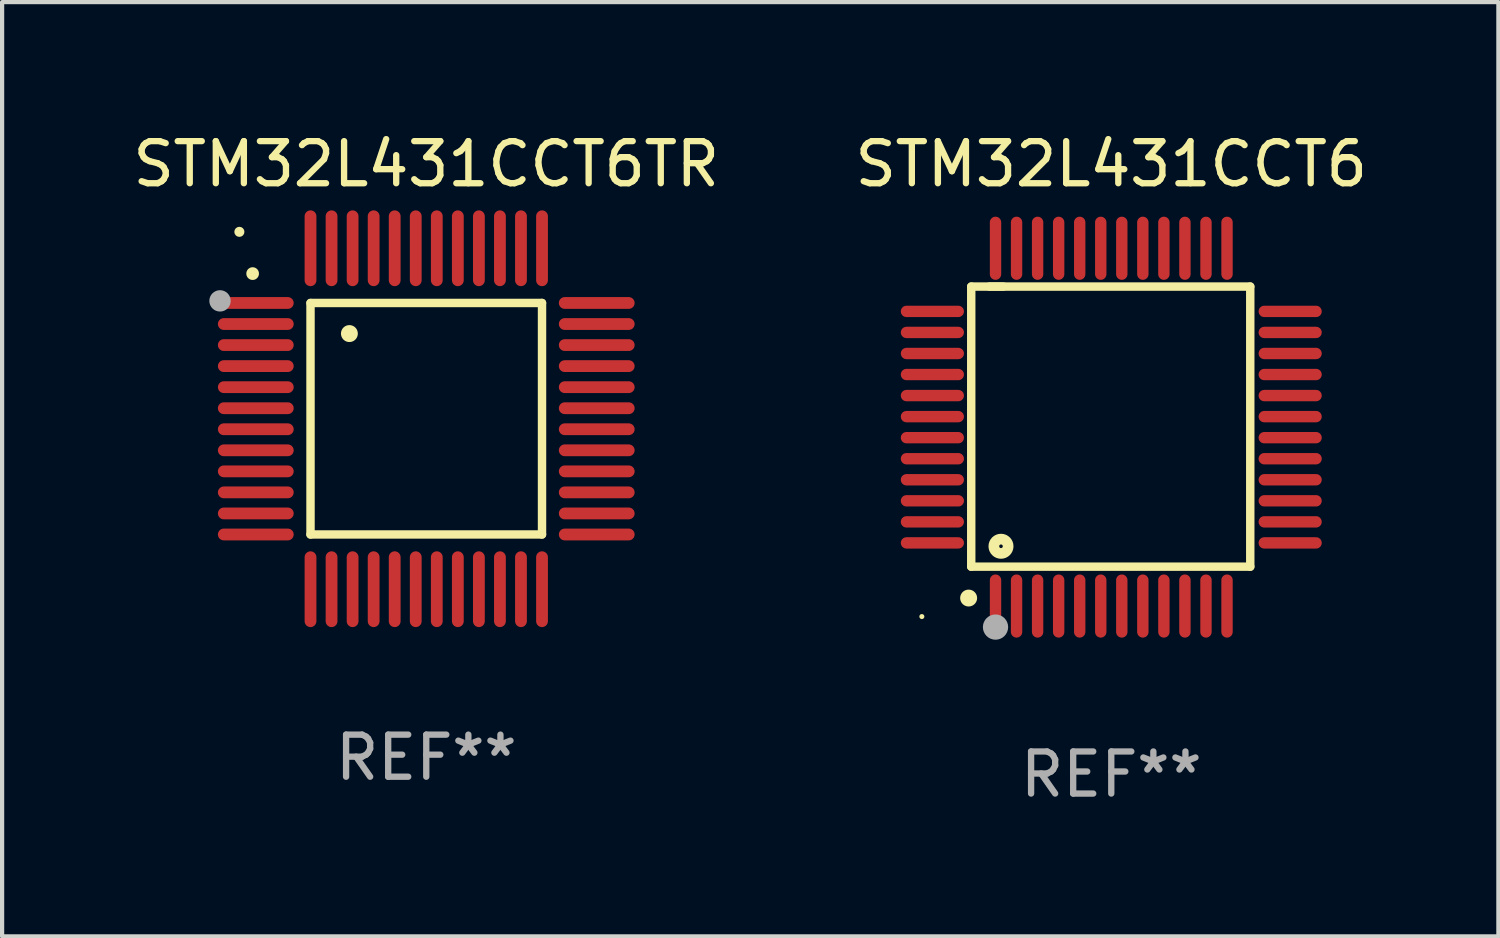
<source format=kicad_pcb>
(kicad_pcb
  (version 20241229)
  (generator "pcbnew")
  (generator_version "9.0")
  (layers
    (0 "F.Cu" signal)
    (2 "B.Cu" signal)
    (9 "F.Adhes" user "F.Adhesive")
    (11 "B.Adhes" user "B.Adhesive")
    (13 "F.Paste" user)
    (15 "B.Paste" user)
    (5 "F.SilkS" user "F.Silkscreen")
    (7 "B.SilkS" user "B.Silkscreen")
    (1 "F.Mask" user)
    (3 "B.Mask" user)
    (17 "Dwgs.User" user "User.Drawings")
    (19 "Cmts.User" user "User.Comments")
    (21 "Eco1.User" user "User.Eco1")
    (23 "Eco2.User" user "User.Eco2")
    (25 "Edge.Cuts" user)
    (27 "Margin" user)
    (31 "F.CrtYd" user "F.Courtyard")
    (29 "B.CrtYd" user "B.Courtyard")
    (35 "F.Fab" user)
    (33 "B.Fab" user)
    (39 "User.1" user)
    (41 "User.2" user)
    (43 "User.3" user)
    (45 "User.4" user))
  (footprint "STM32L431CCT6TR"
    (layer "F.Cu")
    (at 7.077 6.898)
    (property "Reference" "STM32L431CCT6TR" (at 0 -6.05 0) (layer "F.SilkS") (effects (font (size 1 1) (thickness 0.15))))
    (attr through_hole)
    (fp_line (start -2.75 -2.75) (end 2.75 -2.75) (stroke (width 0.2) (type solid)) (layer "F.SilkS"))
    (fp_line (start -2.75 2.75) (end -2.75 -2.75) (stroke (width 0.2) (type solid)) (layer "F.SilkS"))
    (fp_line (start 2.75 -2.75) (end 2.75 2.75) (stroke (width 0.2) (type solid)) (layer "F.SilkS"))
    (fp_line (start 2.75 2.75) (end -2.75 2.75) (stroke (width 0.2) (type solid)) (layer "F.SilkS"))
    (fp_arc (start -4.124968 -3.446787) (mid -4.124973 -3.448057) (end -4.124968 -3.449327) (stroke (width 0.3) (type solid)) (layer "F.SilkS"))
    (fp_arc (start -1.826264 -2.021844) (mid -1.826268 -2.023114) (end -1.826264 -2.024384) (stroke (width 0.4) (type solid)) (layer "F.SilkS"))
    (fp_circle (center -4.44 -4.44) (end -4.38 -4.44) (stroke (width 0.12) (type solid)) (fill no) (layer "F.SilkS"))
    (fp_circle (center -4.9 -2.8) (end -4.773 -2.8) (stroke (width 0.254) (type solid)) (fill no) (layer "F.Fab"))
    (fp_text user "REF**" (at 0 8.05 0) (layer "F.Fab") (effects (font (size 1 1) (thickness 0.15))))
    (pad "1" smd oval (at -4.05 -2.75 90) (size 0.28 1.8) (layers "F.Cu" "F.Mask" "F.Paste"))
    (pad "2" smd oval (at -4.05 -2.25 90) (size 0.28 1.8) (layers "F.Cu" "F.Mask" "F.Paste"))
    (pad "3" smd oval (at -4.05 -1.75 90) (size 0.28 1.8) (layers "F.Cu" "F.Mask" "F.Paste"))
    (pad "4" smd oval (at -4.05 -1.25 90) (size 0.28 1.8) (layers "F.Cu" "F.Mask" "F.Paste"))
    (pad "5" smd oval (at -4.05 -0.75 90) (size 0.28 1.8) (layers "F.Cu" "F.Mask" "F.Paste"))
    (pad "6" smd oval (at -4.05 -0.25 90) (size 0.28 1.8) (layers "F.Cu" "F.Mask" "F.Paste"))
    (pad "7" smd oval (at -4.05 0.25 90) (size 0.28 1.8) (layers "F.Cu" "F.Mask" "F.Paste"))
    (pad "8" smd oval (at -4.05 0.75 90) (size 0.28 1.8) (layers "F.Cu" "F.Mask" "F.Paste"))
    (pad "9" smd oval (at -4.05 1.25 90) (size 0.28 1.8) (layers "F.Cu" "F.Mask" "F.Paste"))
    (pad "10" smd oval (at -4.05 1.75 90) (size 0.28 1.8) (layers "F.Cu" "F.Mask" "F.Paste"))
    (pad "11" smd oval (at -4.05 2.25 90) (size 0.28 1.8) (layers "F.Cu" "F.Mask" "F.Paste"))
    (pad "12" smd oval (at -4.05 2.75 90) (size 0.28 1.8) (layers "F.Cu" "F.Mask" "F.Paste"))
    (pad "13" smd oval (at -2.75 4.05) (size 0.28 1.8) (layers "F.Cu" "F.Mask" "F.Paste"))
    (pad "14" smd oval (at -2.25 4.05) (size 0.28 1.8) (layers "F.Cu" "F.Mask" "F.Paste"))
    (pad "15" smd oval (at -1.75 4.05) (size 0.28 1.8) (layers "F.Cu" "F.Mask" "F.Paste"))
    (pad "16" smd oval (at -1.25 4.05) (size 0.28 1.8) (layers "F.Cu" "F.Mask" "F.Paste"))
    (pad "17" smd oval (at -0.75 4.05) (size 0.28 1.8) (layers "F.Cu" "F.Mask" "F.Paste"))
    (pad "18" smd oval (at -0.25 4.05) (size 0.28 1.8) (layers "F.Cu" "F.Mask" "F.Paste"))
    (pad "19" smd oval (at 0.25 4.05) (size 0.28 1.8) (layers "F.Cu" "F.Mask" "F.Paste"))
    (pad "20" smd oval (at 0.75 4.05) (size 0.28 1.8) (layers "F.Cu" "F.Mask" "F.Paste"))
    (pad "21" smd oval (at 1.25 4.05) (size 0.28 1.8) (layers "F.Cu" "F.Mask" "F.Paste"))
    (pad "22" smd oval (at 1.75 4.05) (size 0.28 1.8) (layers "F.Cu" "F.Mask" "F.Paste"))
    (pad "23" smd oval (at 2.25 4.05) (size 0.28 1.8) (layers "F.Cu" "F.Mask" "F.Paste"))
    (pad "24" smd oval (at 2.75 4.05) (size 0.28 1.8) (layers "F.Cu" "F.Mask" "F.Paste"))
    (pad "25" smd oval (at 4.05 2.75 90) (size 0.28 1.8) (layers "F.Cu" "F.Mask" "F.Paste"))
    (pad "26" smd oval (at 4.05 2.25 90) (size 0.28 1.8) (layers "F.Cu" "F.Mask" "F.Paste"))
    (pad "27" smd oval (at 4.05 1.75 90) (size 0.28 1.8) (layers "F.Cu" "F.Mask" "F.Paste"))
    (pad "28" smd oval (at 4.05 1.25 90) (size 0.28 1.8) (layers "F.Cu" "F.Mask" "F.Paste"))
    (pad "29" smd oval (at 4.05 0.75 90) (size 0.28 1.8) (layers "F.Cu" "F.Mask" "F.Paste"))
    (pad "30" smd oval (at 4.05 0.25 90) (size 0.28 1.8) (layers "F.Cu" "F.Mask" "F.Paste"))
    (pad "31" smd oval (at 4.05 -0.25 90) (size 0.28 1.8) (layers "F.Cu" "F.Mask" "F.Paste"))
    (pad "32" smd oval (at 4.05 -0.75 90) (size 0.28 1.8) (layers "F.Cu" "F.Mask" "F.Paste"))
    (pad "33" smd oval (at 4.05 -1.25 90) (size 0.28 1.8) (layers "F.Cu" "F.Mask" "F.Paste"))
    (pad "34" smd oval (at 4.05 -1.75 90) (size 0.28 1.8) (layers "F.Cu" "F.Mask" "F.Paste"))
    (pad "35" smd oval (at 4.05 -2.25 90) (size 0.28 1.8) (layers "F.Cu" "F.Mask" "F.Paste"))
    (pad "36" smd oval (at 4.05 -2.75 90) (size 0.28 1.8) (layers "F.Cu" "F.Mask" "F.Paste"))
    (pad "37" smd oval (at 2.75 -4.05) (size 0.28 1.8) (layers "F.Cu" "F.Mask" "F.Paste"))
    (pad "38" smd oval (at 2.25 -4.05) (size 0.28 1.8) (layers "F.Cu" "F.Mask" "F.Paste"))
    (pad "39" smd oval (at 1.75 -4.05) (size 0.28 1.8) (layers "F.Cu" "F.Mask" "F.Paste"))
    (pad "40" smd oval (at 1.25 -4.05) (size 0.28 1.8) (layers "F.Cu" "F.Mask" "F.Paste"))
    (pad "41" smd oval (at 0.75 -4.05) (size 0.28 1.8) (layers "F.Cu" "F.Mask" "F.Paste"))
    (pad "42" smd oval (at 0.25 -4.05) (size 0.28 1.8) (layers "F.Cu" "F.Mask" "F.Paste"))
    (pad "43" smd oval (at -0.25 -4.05) (size 0.28 1.8) (layers "F.Cu" "F.Mask" "F.Paste"))
    (pad "44" smd oval (at -0.75 -4.05) (size 0.28 1.8) (layers "F.Cu" "F.Mask" "F.Paste"))
    (pad "45" smd oval (at -1.25 -4.05) (size 0.28 1.8) (layers "F.Cu" "F.Mask" "F.Paste"))
    (pad "46" smd oval (at -1.75 -4.05) (size 0.28 1.8) (layers "F.Cu" "F.Mask" "F.Paste"))
    (pad "47" smd oval (at -2.25 -4.05) (size 0.28 1.8) (layers "F.Cu" "F.Mask" "F.Paste"))
    (pad "48" smd oval (at -2.75 -4.05) (size 0.28 1.8) (layers "F.Cu" "F.Mask" "F.Paste")))
  (footprint "STM32L431CCT6"
    (layer "F.Cu")
    (at 23.351 7.098)
    (property "Reference" "STM32L431CCT6" (at 0 -6.25 0) (layer "F.SilkS") (effects (font (size 1 1) (thickness 0.15))))
    (attr through_hole)
    (fp_line (start -3.327 -3.34) (end -2.565 -3.34) (stroke (width 0.2) (type solid)) (layer "F.SilkS"))
    (fp_line (start -3.327 3.315) (end -3.327 -3.34) (stroke (width 0.2) (type solid)) (layer "F.SilkS"))
    (fp_line (start -2.896 -3.34) (end 3.302 -3.34) (stroke (width 0.2) (type solid)) (layer "F.SilkS"))
    (fp_line (start 3.302 -3.34) (end 3.302 3.315) (stroke (width 0.2) (type solid)) (layer "F.SilkS"))
    (fp_line (start 3.302 3.315) (end -3.327 3.315) (stroke (width 0.2) (type solid)) (layer "F.SilkS"))
    (fp_arc (start -3.389992 4.059995) (mid -3.388722 4.059991) (end -3.387452 4.059995) (stroke (width 0.4) (type solid)) (layer "F.SilkS"))
    (fp_circle (center -4.5 4.5) (end -4.47 4.5) (stroke (width 0.06) (type solid)) (fill no) (layer "F.SilkS"))
    (fp_circle (center -2.62 2.83) (end -2.45 2.83) (stroke (width 0.254) (type solid)) (fill no) (layer "F.SilkS"))
    (fp_circle (center -2.75 4.75) (end -2.6 4.75) (stroke (width 0.3) (type solid)) (fill no) (layer "F.Fab"))
    (fp_text user "REF**" (at 0 8.25 0) (layer "F.Fab") (effects (font (size 1 1) (thickness 0.15))))
    (pad "1" smd oval (at -2.75 4.25) (size 0.27 1.5) (layers "F.Cu" "F.Mask" "F.Paste"))
    (pad "2" smd oval (at -2.25 4.25) (size 0.27 1.5) (layers "F.Cu" "F.Mask" "F.Paste"))
    (pad "3" smd oval (at -1.75 4.25) (size 0.27 1.5) (layers "F.Cu" "F.Mask" "F.Paste"))
    (pad "4" smd oval (at -1.25 4.25) (size 0.27 1.5) (layers "F.Cu" "F.Mask" "F.Paste"))
    (pad "5" smd oval (at -0.75 4.25) (size 0.27 1.5) (layers "F.Cu" "F.Mask" "F.Paste"))
    (pad "6" smd oval (at -0.25 4.25) (size 0.27 1.5) (layers "F.Cu" "F.Mask" "F.Paste"))
    (pad "7" smd oval (at 0.25 4.25) (size 0.27 1.5) (layers "F.Cu" "F.Mask" "F.Paste"))
    (pad "8" smd oval (at 0.75 4.25) (size 0.27 1.5) (layers "F.Cu" "F.Mask" "F.Paste"))
    (pad "9" smd oval (at 1.25 4.25) (size 0.27 1.5) (layers "F.Cu" "F.Mask" "F.Paste"))
    (pad "10" smd oval (at 1.75 4.25) (size 0.27 1.5) (layers "F.Cu" "F.Mask" "F.Paste"))
    (pad "11" smd oval (at 2.25 4.25) (size 0.27 1.5) (layers "F.Cu" "F.Mask" "F.Paste"))
    (pad "12" smd oval (at 2.75 4.25) (size 0.27 1.5) (layers "F.Cu" "F.Mask" "F.Paste"))
    (pad "13" smd oval (at 4.25 2.75) (size 1.5 0.27) (layers "F.Cu" "F.Mask" "F.Paste"))
    (pad "14" smd oval (at 4.25 2.25) (size 1.5 0.27) (layers "F.Cu" "F.Mask" "F.Paste"))
    (pad "15" smd oval (at 4.25 1.75) (size 1.5 0.27) (layers "F.Cu" "F.Mask" "F.Paste"))
    (pad "16" smd oval (at 4.25 1.25) (size 1.5 0.27) (layers "F.Cu" "F.Mask" "F.Paste"))
    (pad "17" smd oval (at 4.25 0.75) (size 1.5 0.27) (layers "F.Cu" "F.Mask" "F.Paste"))
    (pad "18" smd oval (at 4.25 0.25) (size 1.5 0.27) (layers "F.Cu" "F.Mask" "F.Paste"))
    (pad "19" smd oval (at 4.25 -0.25) (size 1.5 0.27) (layers "F.Cu" "F.Mask" "F.Paste"))
    (pad "20" smd oval (at 4.25 -0.75) (size 1.5 0.27) (layers "F.Cu" "F.Mask" "F.Paste"))
    (pad "21" smd oval (at 4.25 -1.25) (size 1.5 0.27) (layers "F.Cu" "F.Mask" "F.Paste"))
    (pad "22" smd oval (at 4.25 -1.75) (size 1.5 0.27) (layers "F.Cu" "F.Mask" "F.Paste"))
    (pad "23" smd oval (at 4.25 -2.25) (size 1.5 0.27) (layers "F.Cu" "F.Mask" "F.Paste"))
    (pad "24" smd oval (at 4.25 -2.75) (size 1.5 0.27) (layers "F.Cu" "F.Mask" "F.Paste"))
    (pad "25" smd oval (at 2.75 -4.25) (size 0.27 1.5) (layers "F.Cu" "F.Mask" "F.Paste"))
    (pad "26" smd oval (at 2.25 -4.25) (size 0.27 1.5) (layers "F.Cu" "F.Mask" "F.Paste"))
    (pad "27" smd oval (at 1.75 -4.25) (size 0.27 1.5) (layers "F.Cu" "F.Mask" "F.Paste"))
    (pad "28" smd oval (at 1.25 -4.25) (size 0.27 1.5) (layers "F.Cu" "F.Mask" "F.Paste"))
    (pad "29" smd oval (at 0.75 -4.25) (size 0.27 1.5) (layers "F.Cu" "F.Mask" "F.Paste"))
    (pad "30" smd oval (at 0.25 -4.25) (size 0.27 1.5) (layers "F.Cu" "F.Mask" "F.Paste"))
    (pad "31" smd oval (at -0.25 -4.25) (size 0.27 1.5) (layers "F.Cu" "F.Mask" "F.Paste"))
    (pad "32" smd oval (at -0.75 -4.25) (size 0.27 1.5) (layers "F.Cu" "F.Mask" "F.Paste"))
    (pad "33" smd oval (at -1.25 -4.25) (size 0.27 1.5) (layers "F.Cu" "F.Mask" "F.Paste"))
    (pad "34" smd oval (at -1.75 -4.25) (size 0.27 1.5) (layers "F.Cu" "F.Mask" "F.Paste"))
    (pad "35" smd oval (at -2.25 -4.25) (size 0.27 1.5) (layers "F.Cu" "F.Mask" "F.Paste"))
    (pad "36" smd oval (at -2.75 -4.25) (size 0.27 1.5) (layers "F.Cu" "F.Mask" "F.Paste"))
    (pad "37" smd oval (at -4.25 -2.75) (size 1.5 0.27) (layers "F.Cu" "F.Mask" "F.Paste"))
    (pad "38" smd oval (at -4.25 -2.25) (size 1.5 0.27) (layers "F.Cu" "F.Mask" "F.Paste"))
    (pad "39" smd oval (at -4.25 -1.75) (size 1.5 0.27) (layers "F.Cu" "F.Mask" "F.Paste"))
    (pad "40" smd oval (at -4.25 -1.25) (size 1.5 0.27) (layers "F.Cu" "F.Mask" "F.Paste"))
    (pad "41" smd oval (at -4.25 -0.75) (size 1.5 0.27) (layers "F.Cu" "F.Mask" "F.Paste"))
    (pad "42" smd oval (at -4.25 -0.25) (size 1.5 0.27) (layers "F.Cu" "F.Mask" "F.Paste"))
    (pad "43" smd oval (at -4.25 0.25) (size 1.5 0.27) (layers "F.Cu" "F.Mask" "F.Paste"))
    (pad "44" smd oval (at -4.25 0.75) (size 1.5 0.27) (layers "F.Cu" "F.Mask" "F.Paste"))
    (pad "45" smd oval (at -4.25 1.25) (size 1.5 0.27) (layers "F.Cu" "F.Mask" "F.Paste"))
    (pad "46" smd oval (at -4.25 1.75) (size 1.5 0.27) (layers "F.Cu" "F.Mask" "F.Paste"))
    (pad "47" smd oval (at -4.25 2.25) (size 1.5 0.27) (layers "F.Cu" "F.Mask" "F.Paste"))
    (pad "48" smd oval (at -4.25 2.75) (size 1.5 0.27) (layers "F.Cu" "F.Mask" "F.Paste")))
  (gr_rect
    (start -3 -3)
    (end 32.548 19.196)
    (stroke (width 0.1) (type default))
    (fill no)
    (layer "Edge.Cuts")))
</source>
